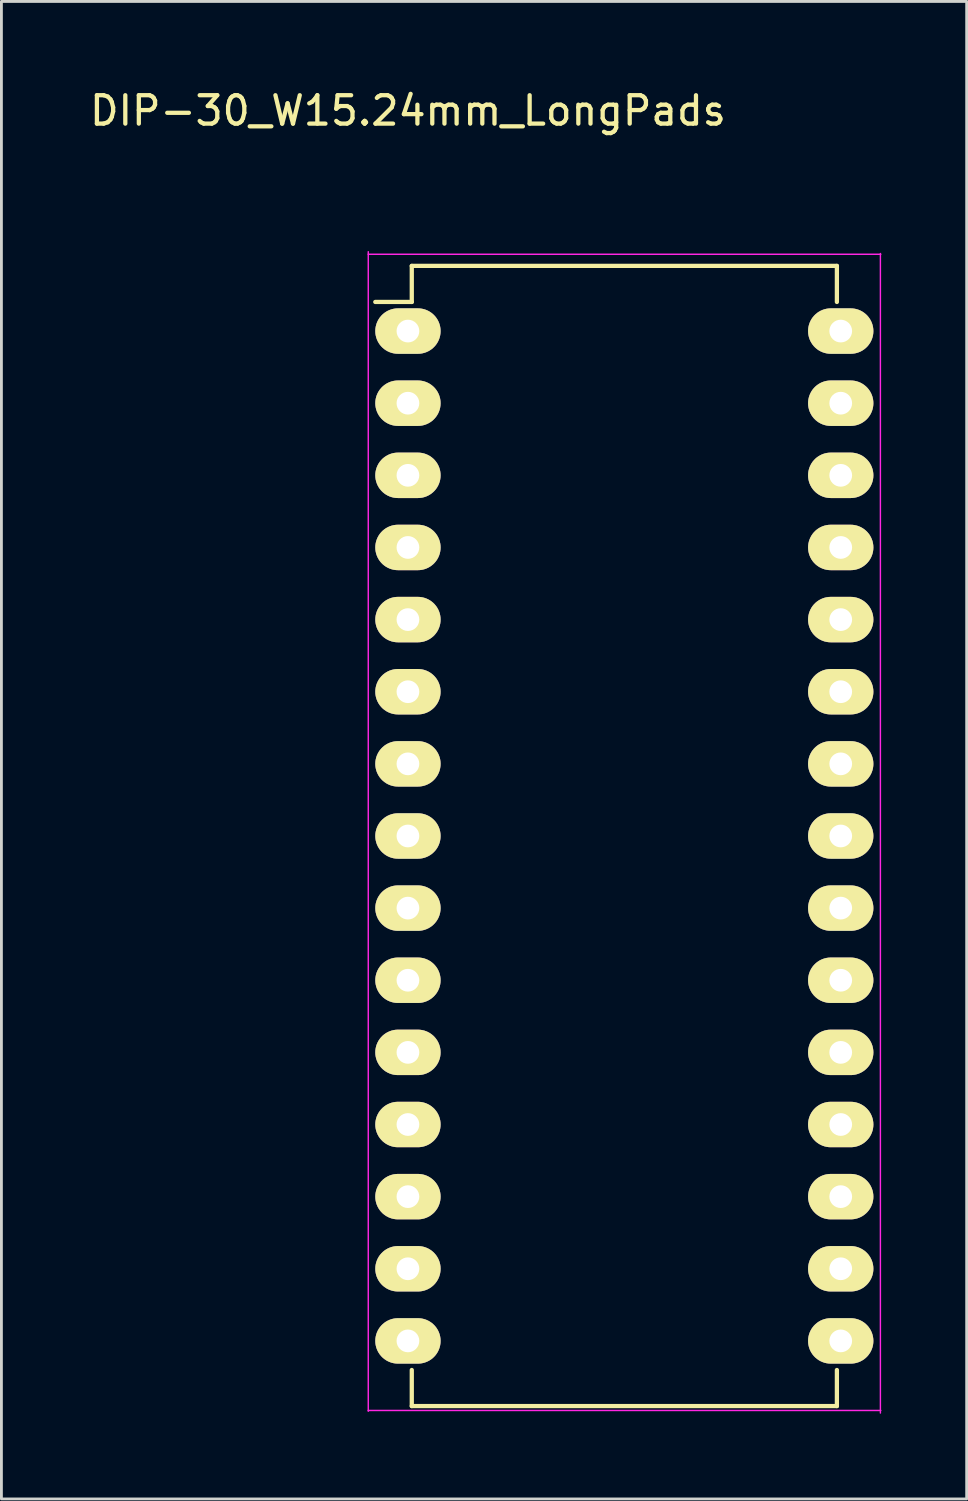
<source format=kicad_pcb>
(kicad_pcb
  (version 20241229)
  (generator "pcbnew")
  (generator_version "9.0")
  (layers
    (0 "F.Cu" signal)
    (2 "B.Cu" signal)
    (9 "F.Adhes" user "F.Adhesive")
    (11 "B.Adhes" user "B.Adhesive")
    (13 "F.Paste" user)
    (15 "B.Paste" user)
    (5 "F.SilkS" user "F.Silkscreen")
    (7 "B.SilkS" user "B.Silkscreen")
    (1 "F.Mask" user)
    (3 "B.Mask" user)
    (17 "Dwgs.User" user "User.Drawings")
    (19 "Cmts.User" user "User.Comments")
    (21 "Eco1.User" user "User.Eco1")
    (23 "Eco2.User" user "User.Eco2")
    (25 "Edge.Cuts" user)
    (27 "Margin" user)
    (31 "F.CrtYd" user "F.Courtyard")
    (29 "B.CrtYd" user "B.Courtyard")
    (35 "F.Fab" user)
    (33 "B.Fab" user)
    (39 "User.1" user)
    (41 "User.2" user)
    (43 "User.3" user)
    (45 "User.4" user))
  (footprint "DIP-30_W15.24mm_LongPads"
    (layer "F.Cu")
    (at 11.315 6.068)
    (property "Reference" "DIP-30_W15.24mm_LongPads" (at 0 -5.22 0) (layer "F.SilkS") (effects (font (size 1 1) (thickness 0.15))))
    (attr through_hole)
    (fp_line (start 0.135 0.245) (end 0.135 1.515) (stroke (width 0.15) (type solid)) (layer "F.SilkS"))
    (fp_line (start 0.135 0.245) (end 15.105 0.245) (stroke (width 0.15) (type solid)) (layer "F.SilkS"))
    (fp_line (start 0.135 1.515) (end -1.15 1.515) (stroke (width 0.15) (type solid)) (layer "F.SilkS"))
    (fp_line (start 0.135 40.395) (end 0.135 39.125) (stroke (width 0.15) (type solid)) (layer "F.SilkS"))
    (fp_line (start 0.135 40.395) (end 15.105 40.395) (stroke (width 0.15) (type solid)) (layer "F.SilkS"))
    (fp_line (start 15.105 0.245) (end 15.105 1.515) (stroke (width 0.15) (type solid)) (layer "F.SilkS"))
    (fp_line (start 15.105 40.395) (end 15.105 39.125) (stroke (width 0.15) (type solid)) (layer "F.SilkS"))
    (fp_line (start -1.4 -0.164) (end 16.65 -0.164) (stroke (width 0.05) (type solid)) (layer "F.CrtYd"))
    (fp_line (start -1.4 40.55) (end 16.65 40.55) (stroke (width 0.05) (type solid)) (layer "F.CrtYd"))
    (fp_line (start -1.397 -0.254) (end -1.397 40.577) (stroke (width 0.05) (type solid)) (layer "F.CrtYd"))
    (fp_line (start 16.637 -0.191) (end 16.637 40.64) (stroke (width 0.05) (type solid)) (layer "F.CrtYd"))
    (pad "1" thru_hole oval (at 0 2.54) (size 2.3 1.6) (drill 0.8) (layers "*.Cu" "*.Mask" "F.SilkS"))
    (pad "2" thru_hole oval (at 0 5.08) (size 2.3 1.6) (drill 0.8) (layers "*.Cu" "*.Mask" "F.SilkS"))
    (pad "3" thru_hole oval (at 0 7.62) (size 2.3 1.6) (drill 0.8) (layers "*.Cu" "*.Mask" "F.SilkS"))
    (pad "4" thru_hole oval (at 0 10.16) (size 2.3 1.6) (drill 0.8) (layers "*.Cu" "*.Mask" "F.SilkS"))
    (pad "5" thru_hole oval (at 0 12.7) (size 2.3 1.6) (drill 0.8) (layers "*.Cu" "*.Mask" "F.SilkS"))
    (pad "6" thru_hole oval (at 0 15.24) (size 2.3 1.6) (drill 0.8) (layers "*.Cu" "*.Mask" "F.SilkS"))
    (pad "7" thru_hole oval (at 0 17.78) (size 2.3 1.6) (drill 0.8) (layers "*.Cu" "*.Mask" "F.SilkS"))
    (pad "8" thru_hole oval (at 0 20.32) (size 2.3 1.6) (drill 0.8) (layers "*.Cu" "*.Mask" "F.SilkS"))
    (pad "9" thru_hole oval (at 0 22.86) (size 2.3 1.6) (drill 0.8) (layers "*.Cu" "*.Mask" "F.SilkS"))
    (pad "10" thru_hole oval (at 0 25.4) (size 2.3 1.6) (drill 0.8) (layers "*.Cu" "*.Mask" "F.SilkS"))
    (pad "11" thru_hole oval (at 0 27.94) (size 2.3 1.6) (drill 0.8) (layers "*.Cu" "*.Mask" "F.SilkS"))
    (pad "12" thru_hole oval (at 0 30.48) (size 2.3 1.6) (drill 0.8) (layers "*.Cu" "*.Mask" "F.SilkS"))
    (pad "13" thru_hole oval (at 0 33.02) (size 2.3 1.6) (drill 0.8) (layers "*.Cu" "*.Mask" "F.SilkS"))
    (pad "14" thru_hole oval (at 0 35.56) (size 2.3 1.6) (drill 0.8) (layers "*.Cu" "*.Mask" "F.SilkS"))
    (pad "15" thru_hole oval (at 0 38.1) (size 2.3 1.6) (drill 0.8) (layers "*.Cu" "*.Mask" "F.SilkS"))
    (pad "16" thru_hole oval (at 15.24 38.1) (size 2.3 1.6) (drill 0.8) (layers "*.Cu" "*.Mask" "F.SilkS"))
    (pad "17" thru_hole oval (at 15.24 35.56) (size 2.3 1.6) (drill 0.8) (layers "*.Cu" "*.Mask" "F.SilkS"))
    (pad "18" thru_hole oval (at 15.24 33.02) (size 2.3 1.6) (drill 0.8) (layers "*.Cu" "*.Mask" "F.SilkS"))
    (pad "19" thru_hole oval (at 15.24 30.48) (size 2.3 1.6) (drill 0.8) (layers "*.Cu" "*.Mask" "F.SilkS"))
    (pad "20" thru_hole oval (at 15.24 27.94) (size 2.3 1.6) (drill 0.8) (layers "*.Cu" "*.Mask" "F.SilkS"))
    (pad "21" thru_hole oval (at 15.24 25.4) (size 2.3 1.6) (drill 0.8) (layers "*.Cu" "*.Mask" "F.SilkS"))
    (pad "22" thru_hole oval (at 15.24 22.86) (size 2.3 1.6) (drill 0.8) (layers "*.Cu" "*.Mask" "F.SilkS"))
    (pad "23" thru_hole oval (at 15.24 20.32) (size 2.3 1.6) (drill 0.8) (layers "*.Cu" "*.Mask" "F.SilkS"))
    (pad "24" thru_hole oval (at 15.24 17.78) (size 2.3 1.6) (drill 0.8) (layers "*.Cu" "*.Mask" "F.SilkS"))
    (pad "25" thru_hole oval (at 15.24 15.24) (size 2.3 1.6) (drill 0.8) (layers "*.Cu" "*.Mask" "F.SilkS"))
    (pad "26" thru_hole oval (at 15.24 12.7) (size 2.3 1.6) (drill 0.8) (layers "*.Cu" "*.Mask" "F.SilkS"))
    (pad "27" thru_hole oval (at 15.24 10.16) (size 2.3 1.6) (drill 0.8) (layers "*.Cu" "*.Mask" "F.SilkS"))
    (pad "28" thru_hole oval (at 15.24 7.62) (size 2.3 1.6) (drill 0.8) (layers "*.Cu" "*.Mask" "F.SilkS"))
    (pad "29" thru_hole oval (at 15.24 5.08) (size 2.3 1.6) (drill 0.8) (layers "*.Cu" "*.Mask" "F.SilkS"))
    (pad "30" thru_hole oval (at 15.24 2.54) (size 2.3 1.6) (drill 0.8) (layers "*.Cu" "*.Mask" "F.SilkS")))
  (gr_rect
    (start -3 -3)
    (end 30.99 49.733)
    (stroke (width 0.1) (type default))
    (fill no)
    (layer "Edge.Cuts")))
</source>
